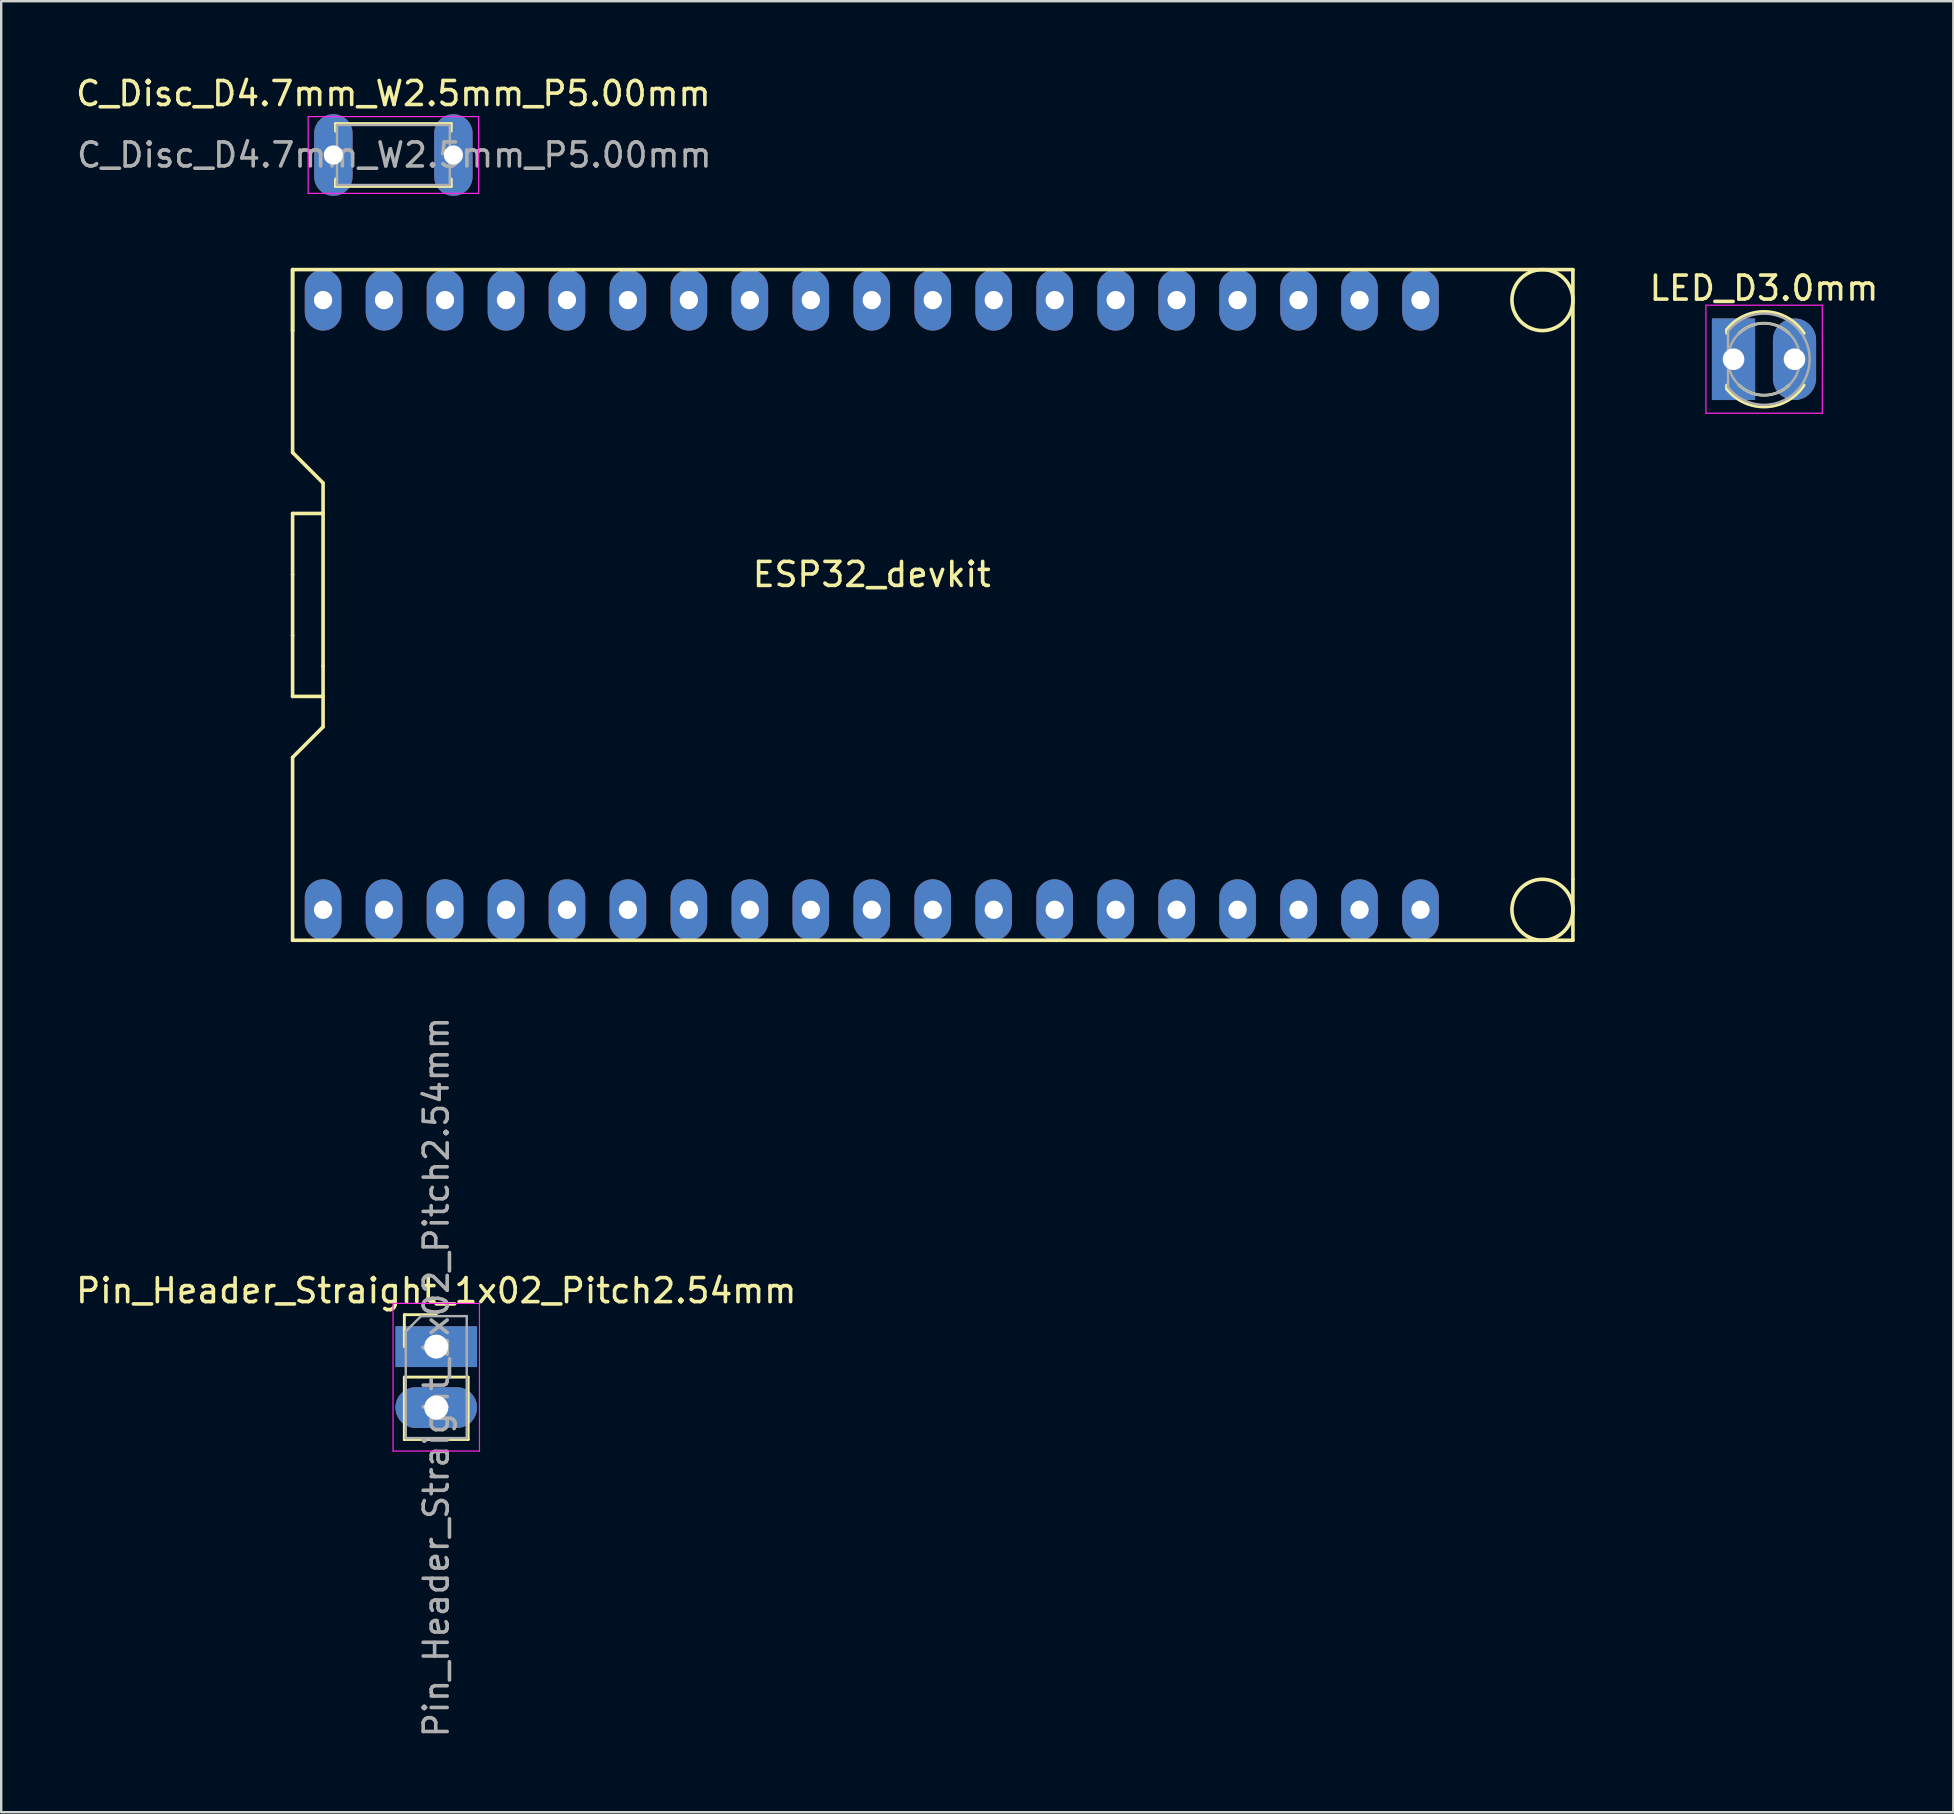
<source format=kicad_pcb>
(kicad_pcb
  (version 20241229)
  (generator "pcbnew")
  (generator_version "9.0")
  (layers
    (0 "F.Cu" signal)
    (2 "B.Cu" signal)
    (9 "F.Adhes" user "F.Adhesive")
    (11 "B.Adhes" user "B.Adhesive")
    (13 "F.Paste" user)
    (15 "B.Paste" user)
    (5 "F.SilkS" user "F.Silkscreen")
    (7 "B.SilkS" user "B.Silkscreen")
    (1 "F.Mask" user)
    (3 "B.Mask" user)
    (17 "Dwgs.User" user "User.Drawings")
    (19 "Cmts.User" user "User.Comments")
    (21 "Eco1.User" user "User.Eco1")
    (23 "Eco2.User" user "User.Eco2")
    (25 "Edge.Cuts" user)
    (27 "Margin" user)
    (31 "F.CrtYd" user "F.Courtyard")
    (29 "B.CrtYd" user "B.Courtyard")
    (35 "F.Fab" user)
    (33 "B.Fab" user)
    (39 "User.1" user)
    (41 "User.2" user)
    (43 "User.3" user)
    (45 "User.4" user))
  (footprint "LED_D3.0mm"
    (layer "F.Cu")
    (at 69.172 11.916)
    (property "Reference" "LED_D3.0mm" (at 1.27 -2.96 0) (layer "F.SilkS") (effects (font (size 1 1) (thickness 0.15))))
    (attr through_hole)
    (fp_line (start -0.29 -1.236) (end -0.29 -1.08) (stroke (width 0.12) (type solid)) (layer "F.SilkS"))
    (fp_line (start -0.29 1.08) (end -0.29 1.236) (stroke (width 0.12) (type solid)) (layer "F.SilkS"))
    (fp_arc (start -0.29 -1.235516) (mid 1.366487 -1.987659) (end 2.942335 -1.078608) (stroke (width 0.12) (type solid)) (layer "F.SilkS"))
    (fp_arc (start 0.229039 -1.08) (mid 1.270117 -1.5) (end 2.31113 -1.079837) (stroke (width 0.12) (type solid)) (layer "F.SilkS"))
    (fp_arc (start 2.31113 1.079837) (mid 1.270117 1.5) (end 0.229039 1.08) (stroke (width 0.12) (type solid)) (layer "F.SilkS"))
    (fp_arc (start 2.942335 1.078608) (mid 1.366487 1.987659) (end -0.29 1.235516) (stroke (width 0.12) (type solid)) (layer "F.SilkS"))
    (fp_line (start -1.15 -2.25) (end -1.15 2.25) (stroke (width 0.05) (type solid)) (layer "F.CrtYd"))
    (fp_line (start -1.15 2.25) (end 3.7 2.25) (stroke (width 0.05) (type solid)) (layer "F.CrtYd"))
    (fp_line (start 3.7 -2.25) (end -1.15 -2.25) (stroke (width 0.05) (type solid)) (layer "F.CrtYd"))
    (fp_line (start 3.7 2.25) (end 3.7 -2.25) (stroke (width 0.05) (type solid)) (layer "F.CrtYd"))
    (fp_line (start -0.23 -1.166) (end -0.23 1.166) (stroke (width 0.1) (type solid)) (layer "F.Fab"))
    (fp_arc (start -0.23 -1.16619) (mid 3.17 0.000452) (end -0.230555 1.165476) (stroke (width 0.1) (type solid)) (layer "F.Fab"))
    (fp_circle (center 1.27 0) (end 2.77 0) (stroke (width 0.1) (type solid)) (fill no) (layer "F.Fab"))
    (pad "1" thru_hole rect (at 0 0) (size 1.8 3.4) (drill 0.9) (layers "*.Cu" "*.Mask"))
    (pad "2" thru_hole oval (at 2.54 0) (size 1.8 3.4) (drill 0.9) (layers "*.Cu" "*.Mask")))
  (footprint "Pin_Header_Straight_1x02_Pitch2.54mm"
    (layer "F.Cu")
    (at 15.125 53.053)
    (property "Reference" "Pin_Header_Straight_1x02_Pitch2.54mm" (at 0 -2.33 0) (layer "F.SilkS") (effects (font (size 1 1) (thickness 0.15))))
    (attr through_hole)
    (fp_line (start -1.33 -1.33) (end 0 -1.33) (stroke (width 0.12) (type solid)) (layer "F.SilkS"))
    (fp_line (start -1.33 0) (end -1.33 -1.33) (stroke (width 0.12) (type solid)) (layer "F.SilkS"))
    (fp_line (start -1.33 1.27) (end -1.33 3.87) (stroke (width 0.12) (type solid)) (layer "F.SilkS"))
    (fp_line (start -1.33 1.27) (end 1.33 1.27) (stroke (width 0.12) (type solid)) (layer "F.SilkS"))
    (fp_line (start -1.33 3.87) (end 1.33 3.87) (stroke (width 0.12) (type solid)) (layer "F.SilkS"))
    (fp_line (start 1.33 1.27) (end 1.33 3.87) (stroke (width 0.12) (type solid)) (layer "F.SilkS"))
    (fp_line (start -1.8 -1.8) (end -1.8 4.35) (stroke (width 0.05) (type solid)) (layer "F.CrtYd"))
    (fp_line (start -1.8 4.35) (end 1.8 4.35) (stroke (width 0.05) (type solid)) (layer "F.CrtYd"))
    (fp_line (start 1.8 -1.8) (end -1.8 -1.8) (stroke (width 0.05) (type solid)) (layer "F.CrtYd"))
    (fp_line (start 1.8 4.35) (end 1.8 -1.8) (stroke (width 0.05) (type solid)) (layer "F.CrtYd"))
    (fp_line (start -1.27 -0.635) (end -0.635 -1.27) (stroke (width 0.1) (type solid)) (layer "F.Fab"))
    (fp_line (start -1.27 3.81) (end -1.27 -0.635) (stroke (width 0.1) (type solid)) (layer "F.Fab"))
    (fp_line (start -0.635 -1.27) (end 1.27 -1.27) (stroke (width 0.1) (type solid)) (layer "F.Fab"))
    (fp_line (start 1.27 -1.27) (end 1.27 3.81) (stroke (width 0.1) (type solid)) (layer "F.Fab"))
    (fp_line (start 1.27 3.81) (end -1.27 3.81) (stroke (width 0.1) (type solid)) (layer "F.Fab"))
    (fp_text user "${REFERENCE}" (at 0 1.27 90) (layer "F.Fab") (effects (font (size 1 1) (thickness 0.15))))
    (pad "1" thru_hole rect (at 0 0 90) (size 1.7 3.4) (drill 1) (layers "*.Cu" "*.Mask"))
    (pad "2" thru_hole oval (at 0 2.54 90) (size 1.7 3.4) (drill 1) (layers "*.Cu" "*.Mask")))
  (footprint "C_Disc_D4.7mm_W2.5mm_P5.00mm"
    (layer "F.Cu")
    (at 10.839 3.408)
    (property "Reference" "C_Disc_D4.7mm_W2.5mm_P5.00mm" (at 2.5 -2.56 0) (layer "F.SilkS") (effects (font (size 1 1) (thickness 0.15))))
    (attr through_hole)
    (fp_line (start 0.09 -1.31) (end 0.09 -0.996) (stroke (width 0.12) (type solid)) (layer "F.SilkS"))
    (fp_line (start 0.09 -1.31) (end 4.91 -1.31) (stroke (width 0.12) (type solid)) (layer "F.SilkS"))
    (fp_line (start 0.09 0.996) (end 0.09 1.31) (stroke (width 0.12) (type solid)) (layer "F.SilkS"))
    (fp_line (start 0.09 1.31) (end 4.91 1.31) (stroke (width 0.12) (type solid)) (layer "F.SilkS"))
    (fp_line (start 4.91 -1.31) (end 4.91 -0.996) (stroke (width 0.12) (type solid)) (layer "F.SilkS"))
    (fp_line (start 4.91 0.996) (end 4.91 1.31) (stroke (width 0.12) (type solid)) (layer "F.SilkS"))
    (fp_line (start -1.05 -1.6) (end -1.05 1.6) (stroke (width 0.05) (type solid)) (layer "F.CrtYd"))
    (fp_line (start -1.05 1.6) (end 6.05 1.6) (stroke (width 0.05) (type solid)) (layer "F.CrtYd"))
    (fp_line (start 6.05 -1.6) (end -1.05 -1.6) (stroke (width 0.05) (type solid)) (layer "F.CrtYd"))
    (fp_line (start 6.05 1.6) (end 6.05 -1.6) (stroke (width 0.05) (type solid)) (layer "F.CrtYd"))
    (fp_line (start 0.15 -1.25) (end 0.15 1.25) (stroke (width 0.1) (type solid)) (layer "F.Fab"))
    (fp_line (start 0.15 1.25) (end 4.85 1.25) (stroke (width 0.1) (type solid)) (layer "F.Fab"))
    (fp_line (start 4.85 -1.25) (end 0.15 -1.25) (stroke (width 0.1) (type solid)) (layer "F.Fab"))
    (fp_line (start 4.85 1.25) (end 4.85 -1.25) (stroke (width 0.1) (type solid)) (layer "F.Fab"))
    (fp_text user "${REFERENCE}" (at 2.54 0 0) (layer "F.Fab") (effects (font (size 1 1) (thickness 0.15))))
    (pad "1" thru_hole oval (at 0 0) (size 1.6 3.4) (drill 0.8) (layers "*.Cu" "*.Mask"))
    (pad "2" thru_hole oval (at 5 0) (size 1.6 3.4) (drill 0.8) (layers "*.Cu" "*.Mask")))
  (footprint "ESP32_devkit"
    (layer "F.Cu")
    (at 0.25 32.313)
    (property "Reference" "ESP32_devkit" (at 33.02 -11.43 0) (layer "F.SilkS") (effects (font (size 1 1) (thickness 0.15))))
    (attr through_hole)
    (fp_line (start 8.89 -24.13) (end 8.89 -21.59) (stroke (width 0.15) (type solid)) (layer "F.SilkS"))
    (fp_line (start 8.89 -24.13) (end 8.89 -21.59) (stroke (width 0.15) (type solid)) (layer "F.SilkS"))
    (fp_line (start 8.89 -16.51) (end 8.89 -21.59) (stroke (width 0.15) (type solid)) (layer "F.SilkS"))
    (fp_line (start 8.89 -16.51) (end 10.16 -15.24) (stroke (width 0.15) (type solid)) (layer "F.SilkS"))
    (fp_line (start 8.89 -13.97) (end 8.89 -11.43) (stroke (width 0.15) (type solid)) (layer "F.SilkS"))
    (fp_line (start 8.89 -8.89) (end 8.89 -11.43) (stroke (width 0.15) (type solid)) (layer "F.SilkS"))
    (fp_line (start 8.89 -6.35) (end 8.89 -8.89) (stroke (width 0.15) (type solid)) (layer "F.SilkS"))
    (fp_line (start 8.89 3.81) (end 8.89 -3.81) (stroke (width 0.15) (type solid)) (layer "F.SilkS"))
    (fp_line (start 8.89 3.81) (end 62.23 3.81) (stroke (width 0.15) (type solid)) (layer "F.SilkS"))
    (fp_line (start 10.16 -15.24) (end 10.16 -7.62) (stroke (width 0.15) (type solid)) (layer "F.SilkS"))
    (fp_line (start 10.16 -13.97) (end 8.89 -13.97) (stroke (width 0.15) (type solid)) (layer "F.SilkS"))
    (fp_line (start 10.16 -6.35) (end 8.89 -6.35) (stroke (width 0.15) (type solid)) (layer "F.SilkS"))
    (fp_line (start 10.16 -5.08) (end 8.89 -3.81) (stroke (width 0.15) (type solid)) (layer "F.SilkS"))
    (fp_line (start 10.16 -5.08) (end 10.16 -7.62) (stroke (width 0.15) (type solid)) (layer "F.SilkS"))
    (fp_line (start 62.23 -24.13) (end 8.89 -24.13) (stroke (width 0.15) (type solid)) (layer "F.SilkS"))
    (fp_line (start 62.23 1.27) (end 62.23 -24.13) (stroke (width 0.15) (type solid)) (layer "F.SilkS"))
    (fp_line (start 62.23 3.81) (end 62.23 1.27) (stroke (width 0.15) (type solid)) (layer "F.SilkS"))
    (fp_circle (center 60.96 -22.86) (end 62.23 -22.86) (stroke (width 0.15) (type solid)) (fill no) (layer "F.SilkS"))
    (fp_circle (center 60.96 2.54) (end 62.23 2.54) (stroke (width 0.15) (type solid)) (fill no) (layer "F.SilkS"))
    (pad "1" thru_hole oval (at 55.88 -22.86 180) (size 1.524 2.54) (drill 0.762) (layers "*.Cu" "*.Mask"))
    (pad "2" thru_hole oval (at 53.34 -22.86 180) (size 1.524 2.54) (drill 0.762) (layers "*.Cu" "*.Mask"))
    (pad "3" thru_hole oval (at 50.8 -22.86 180) (size 1.524 2.54) (drill 0.762) (layers "*.Cu" "*.Mask"))
    (pad "4" thru_hole oval (at 48.26 -22.86 180) (size 1.524 2.54) (drill 0.762) (layers "*.Cu" "*.Mask"))
    (pad "5" thru_hole oval (at 45.72 -22.86 180) (size 1.524 2.54) (drill 0.762) (layers "*.Cu" "*.Mask"))
    (pad "6" thru_hole oval (at 43.18 -22.86 180) (size 1.524 2.54) (drill 0.762) (layers "*.Cu" "*.Mask"))
    (pad "7" thru_hole oval (at 40.64 -22.86 180) (size 1.524 2.54) (drill 0.762) (layers "*.Cu" "*.Mask"))
    (pad "8" thru_hole oval (at 38.1 -22.86 180) (size 1.524 2.54) (drill 0.762) (layers "*.Cu" "*.Mask"))
    (pad "9" thru_hole oval (at 35.56 -22.86 180) (size 1.524 2.54) (drill 0.762) (layers "*.Cu" "*.Mask"))
    (pad "10" thru_hole oval (at 33.02 -22.86 180) (size 1.524 2.54) (drill 0.762) (layers "*.Cu" "*.Mask"))
    (pad "11" thru_hole oval (at 30.48 -22.86 180) (size 1.524 2.54) (drill 0.762) (layers "*.Cu" "*.Mask"))
    (pad "12" thru_hole oval (at 27.94 -22.86 180) (size 1.524 2.54) (drill 0.762) (layers "*.Cu" "*.Mask"))
    (pad "13" thru_hole oval (at 25.4 -22.86 180) (size 1.524 2.54) (drill 0.762) (layers "*.Cu" "*.Mask"))
    (pad "14" thru_hole oval (at 22.86 -22.86 180) (size 1.524 2.54) (drill 0.762) (layers "*.Cu" "*.Mask"))
    (pad "15" thru_hole oval (at 20.32 -22.86 180) (size 1.524 2.54) (drill 0.762) (layers "*.Cu" "*.Mask"))
    (pad "16" thru_hole oval (at 17.78 -22.86 180) (size 1.524 2.54) (drill 0.762) (layers "*.Cu" "*.Mask"))
    (pad "17" thru_hole oval (at 15.24 -22.86 180) (size 1.524 2.54) (drill 0.762) (layers "*.Cu" "*.Mask"))
    (pad "18" thru_hole oval (at 12.7 -22.86 180) (size 1.524 2.54) (drill 0.762) (layers "*.Cu" "*.Mask"))
    (pad "19" thru_hole oval (at 10.16 -22.86 180) (size 1.524 2.54) (drill 0.762) (layers "*.Cu" "*.Mask"))
    (pad "20" thru_hole oval (at 10.16 2.54 180) (size 1.524 2.54) (drill 0.762) (layers "*.Cu" "*.Mask"))
    (pad "21" thru_hole oval (at 12.7 2.54 180) (size 1.524 2.54) (drill 0.762) (layers "*.Cu" "*.Mask"))
    (pad "22" thru_hole oval (at 15.24 2.54 180) (size 1.524 2.54) (drill 0.762) (layers "*.Cu" "*.Mask"))
    (pad "23" thru_hole oval (at 17.78 2.54 180) (size 1.524 2.54) (drill 0.762) (layers "*.Cu" "*.Mask"))
    (pad "24" thru_hole oval (at 20.32 2.54 180) (size 1.524 2.54) (drill 0.762) (layers "*.Cu" "*.Mask"))
    (pad "25" thru_hole oval (at 22.86 2.54 180) (size 1.524 2.54) (drill 0.762) (layers "*.Cu" "*.Mask"))
    (pad "26" thru_hole oval (at 25.4 2.54 180) (size 1.524 2.54) (drill 0.762) (layers "*.Cu" "*.Mask"))
    (pad "27" thru_hole oval (at 27.94 2.54 180) (size 1.524 2.54) (drill 0.762) (layers "*.Cu" "*.Mask"))
    (pad "28" thru_hole oval (at 30.48 2.54 180) (size 1.524 2.54) (drill 0.762) (layers "*.Cu" "*.Mask"))
    (pad "29" thru_hole oval (at 33.02 2.54 180) (size 1.524 2.54) (drill 0.762) (layers "*.Cu" "*.Mask"))
    (pad "30" thru_hole oval (at 35.56 2.54 180) (size 1.524 2.54) (drill 0.762) (layers "*.Cu" "*.Mask"))
    (pad "31" thru_hole oval (at 38.1 2.54 180) (size 1.524 2.54) (drill 0.762) (layers "*.Cu" "*.Mask"))
    (pad "32" thru_hole oval (at 40.64 2.54 180) (size 1.524 2.54) (drill 0.762) (layers "*.Cu" "*.Mask"))
    (pad "33" thru_hole oval (at 43.18 2.54 180) (size 1.524 2.54) (drill 0.762) (layers "*.Cu" "*.Mask"))
    (pad "34" thru_hole oval (at 45.72 2.54 180) (size 1.524 2.54) (drill 0.762) (layers "*.Cu" "*.Mask"))
    (pad "35" thru_hole oval (at 48.26 2.54 180) (size 1.524 2.54) (drill 0.762) (layers "*.Cu" "*.Mask"))
    (pad "36" thru_hole oval (at 50.8 2.54 180) (size 1.524 2.54) (drill 0.762) (layers "*.Cu" "*.Mask"))
    (pad "37" thru_hole oval (at 53.34 2.54 180) (size 1.524 2.54) (drill 0.762) (layers "*.Cu" "*.Mask"))
    (pad "38" thru_hole oval (at 55.88 2.54 180) (size 1.524 2.54) (drill 0.762) (layers "*.Cu" "*.Mask")))
  (gr_rect
    (start -3 -3)
    (end 78.329 72.448)
    (stroke (width 0.1) (type default))
    (fill no)
    (layer "Edge.Cuts")))
</source>
